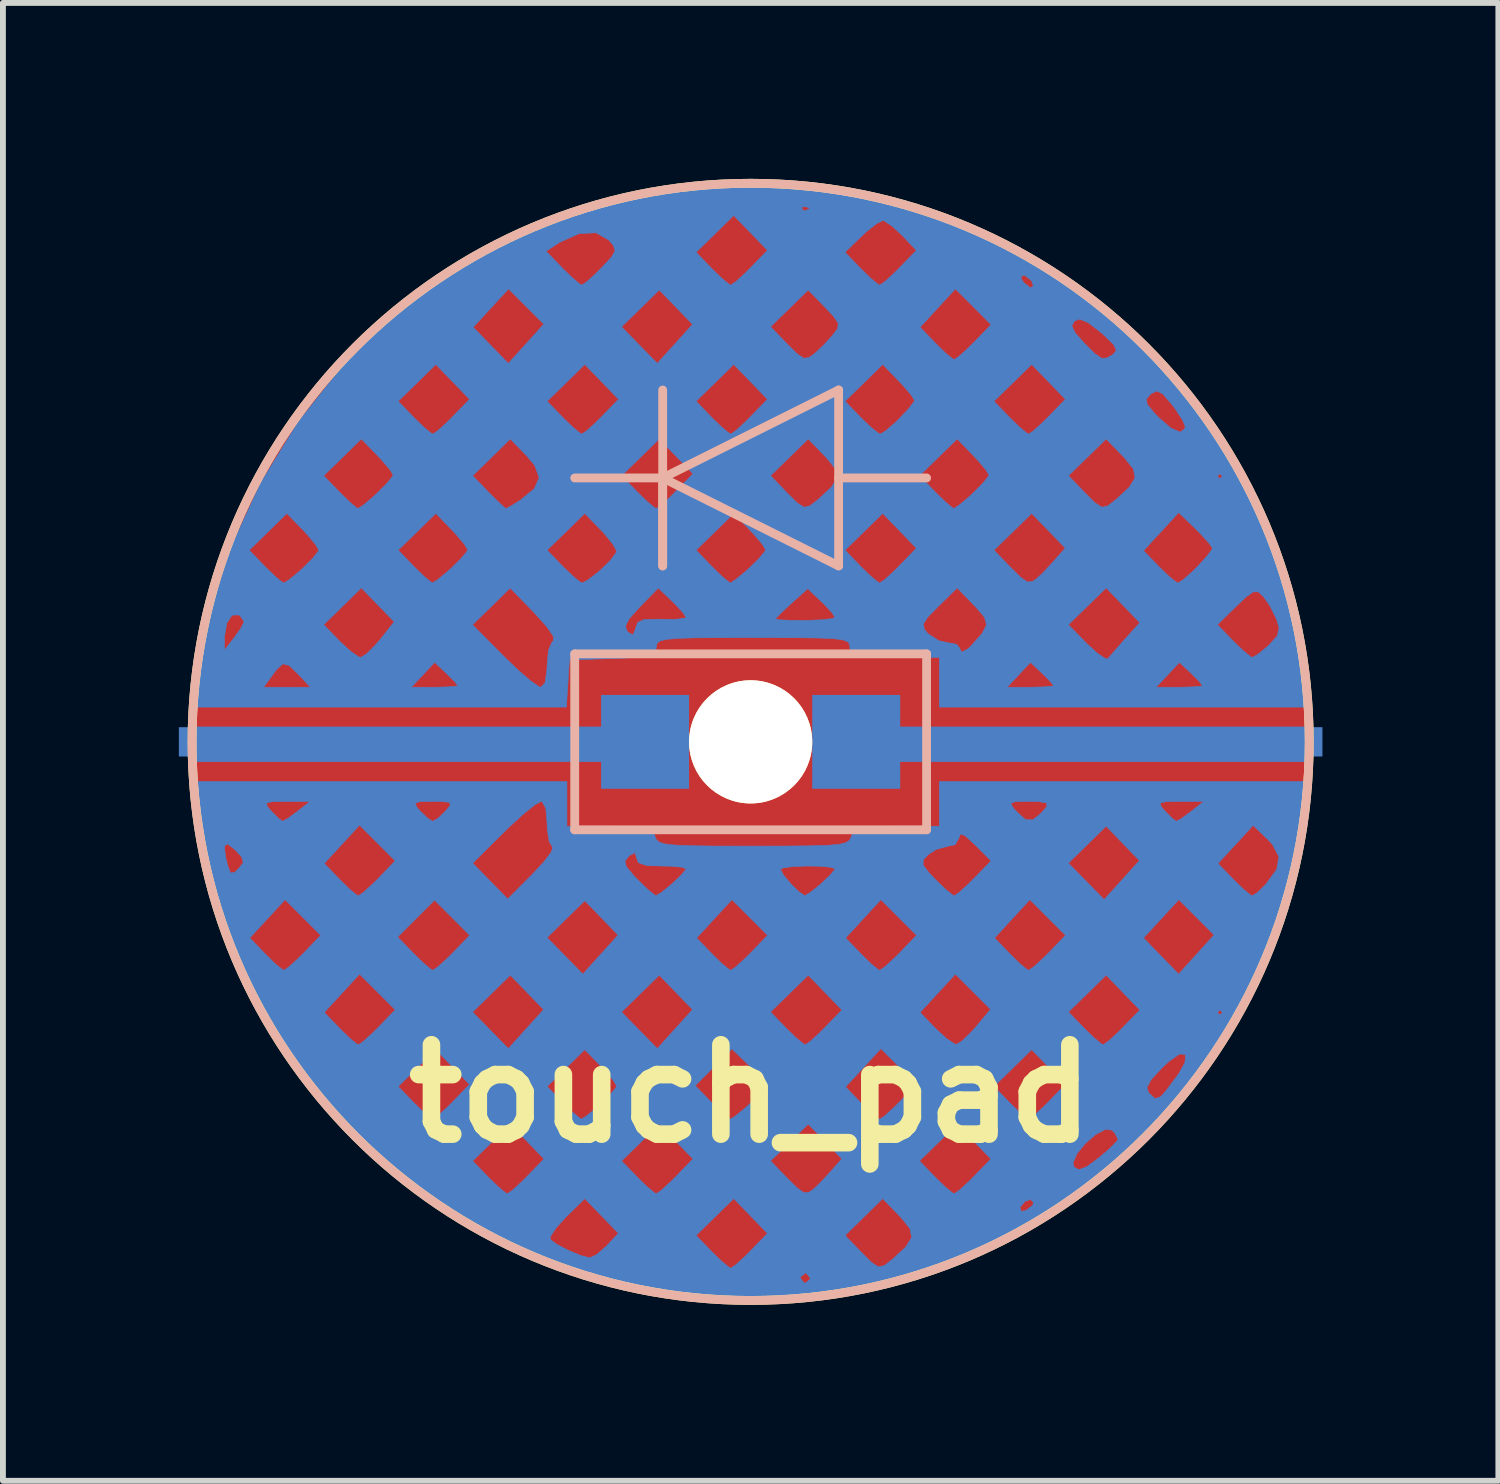
<source format=kicad_pcb>
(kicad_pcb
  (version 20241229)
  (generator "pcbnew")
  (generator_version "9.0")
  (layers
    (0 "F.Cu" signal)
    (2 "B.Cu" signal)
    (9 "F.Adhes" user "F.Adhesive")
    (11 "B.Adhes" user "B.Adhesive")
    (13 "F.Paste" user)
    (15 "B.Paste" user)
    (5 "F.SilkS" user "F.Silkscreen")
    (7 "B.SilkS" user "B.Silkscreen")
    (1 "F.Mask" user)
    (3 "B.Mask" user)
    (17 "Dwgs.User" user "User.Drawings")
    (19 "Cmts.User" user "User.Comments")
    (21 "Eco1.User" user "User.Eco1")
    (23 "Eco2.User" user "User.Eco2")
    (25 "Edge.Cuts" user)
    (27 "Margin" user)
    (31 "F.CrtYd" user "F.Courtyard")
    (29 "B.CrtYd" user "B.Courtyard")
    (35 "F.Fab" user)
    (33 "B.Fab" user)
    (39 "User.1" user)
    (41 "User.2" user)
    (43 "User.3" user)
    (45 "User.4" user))
  (footprint "touch_pad"
    (layer "F.Cu")
    (at 9.75 9.6)
    (property "Reference" "touch_pad" (at 0 6 0) (layer "F.SilkS") (effects (font (size 1.524 1.524) (thickness 0.3))))
    (attr through_hole)
    (fp_poly (pts (xy -2.54 0.339) (xy -9.483 0.339) (xy -9.483 -0.254) (xy -2.54 -0.254) (xy -2.54 0.339)) (stroke (width 0.01) (type solid)) (fill yes) (layer "B.Cu"))
    (fp_poly (pts (xy 9.567 0.339) (xy 2.54 0.339) (xy 2.54 -0.254) (xy 9.567 -0.254) (xy 9.567 0.339)) (stroke (width 0.01) (type solid)) (fill yes) (layer "B.Cu"))
    (fp_poly (pts (xy 9.513 1.079) (xy 9.274 2.333) (xy 8.89 3.515) (xy 8.372 4.616) (xy 7.729 5.628) (xy 6.974 6.544) (xy 6.115 7.354) (xy 5.165 8.051) (xy 4.134 8.625) (xy 3.032 9.07) (xy 1.87 9.376) (xy 0.66 9.535) (xy -0.59 9.539) (xy -1.274 9.474) (xy -2.435 9.24) (xy -2.714 9.144) (xy 0.847 9.144) (xy 0.911 9.226) (xy 0.931 9.229) (xy 1.014 9.164) (xy 1.016 9.144) (xy 0.952 9.062) (xy 0.931 9.059) (xy 0.849 9.124) (xy 0.847 9.144) (xy -2.714 9.144) (xy -3.561 8.851) (xy -4.304 8.483) (xy -3.419 8.483) (xy -3.313 8.564) (xy -3.118 8.666) (xy -2.906 8.756) (xy -2.746 8.798) (xy -2.745 8.798) (xy -2.631 8.747) (xy -2.472 8.611) (xy -2.454 8.593) (xy -2.289 8.416) (xy -0.931 8.416) (xy -0.661 8.695) (xy -0.489 8.862) (xy -0.366 8.962) (xy -0.339 8.975) (xy -0.255 8.919) (xy -0.099 8.777) (xy 0 8.678) (xy 0.254 8.416) (xy 1.609 8.416) (xy 1.879 8.695) (xy 2.063 8.879) (xy 2.18 8.953) (xy 2.28 8.931) (xy 2.416 8.825) (xy 2.417 8.825) (xy 2.647 8.612) (xy 2.745 8.452) (xy 2.717 8.301) (xy 2.569 8.116) (xy 2.536 8.082) (xy 2.402 7.943) (xy 4.591 7.943) (xy 4.618 8.007) (xy 4.692 7.992) (xy 4.808 7.905) (xy 4.826 7.858) (xy 4.776 7.802) (xy 4.675 7.837) (xy 4.594 7.936) (xy 4.591 7.943) (xy 2.402 7.943) (xy 2.252 7.788) (xy 1.609 8.416) (xy 0.254 8.416) (xy 0.287 8.382) (xy -0.288 7.788) (xy -0.931 8.416) (xy -2.289 8.416) (xy -2.255 8.38) (xy -2.541 8.084) (xy -2.828 7.788) (xy -3.146 8.099) (xy -3.317 8.286) (xy -3.412 8.431) (xy -3.419 8.483) (xy -4.304 8.483) (xy -4.634 8.319) (xy -5.638 7.657) (xy -6.24 7.146) (xy -4.741 7.146) (xy -4.471 7.425) (xy -4.299 7.592) (xy -4.176 7.692) (xy -4.149 7.705) (xy -4.065 7.649) (xy -3.909 7.507) (xy -3.81 7.408) (xy -3.556 7.146) (xy -2.201 7.146) (xy -1.931 7.425) (xy -1.759 7.592) (xy -1.636 7.692) (xy -1.609 7.705) (xy -1.525 7.649) (xy -1.369 7.507) (xy -1.27 7.408) (xy -1.016 7.146) (xy 0.339 7.146) (xy 0.609 7.425) (xy 0.794 7.608) (xy 0.907 7.687) (xy 0.993 7.681) (xy 1.058 7.639) (xy 1.168 7.537) (xy 1.326 7.369) (xy 1.349 7.343) (xy 1.523 7.146) (xy 2.879 7.146) (xy 3.149 7.425) (xy 3.321 7.592) (xy 3.444 7.692) (xy 3.471 7.705) (xy 3.555 7.649) (xy 3.711 7.507) (xy 3.81 7.408) (xy 4.034 7.178) (xy 5.497 7.178) (xy 5.514 7.251) (xy 5.598 7.296) (xy 5.729 7.246) (xy 5.935 7.095) (xy 6.125 6.933) (xy 6.244 6.812) (xy 6.265 6.776) (xy 6.213 6.677) (xy 6.163 6.621) (xy 6.047 6.608) (xy 5.881 6.697) (xy 5.706 6.849) (xy 5.564 7.022) (xy 5.497 7.178) (xy 4.034 7.178) (xy 4.097 7.112) (xy 3.522 6.518) (xy 2.879 7.146) (xy 1.523 7.146) (xy 1.555 7.11) (xy 1.269 6.814) (xy 0.982 6.518) (xy 0.339 7.146) (xy -1.016 7.146) (xy -0.983 7.112) (xy -1.558 6.518) (xy -2.201 7.146) (xy -3.556 7.146) (xy -3.523 7.112) (xy -4.098 6.518) (xy -4.741 7.146) (xy -6.24 7.146) (xy -6.556 6.878) (xy -7.372 5.994) (xy -7.456 5.876) (xy -6.011 5.876) (xy -5.741 6.155) (xy -5.569 6.322) (xy -5.446 6.422) (xy -5.419 6.435) (xy -5.335 6.379) (xy -5.179 6.237) (xy -5.08 6.138) (xy -4.826 5.876) (xy -3.471 5.876) (xy -3.201 6.155) (xy -3.03 6.321) (xy -2.91 6.42) (xy -2.883 6.432) (xy -2.798 6.379) (xy -2.637 6.247) (xy -2.561 6.179) (xy -2.394 6.014) (xy -2.296 5.894) (xy -2.286 5.868) (xy -2.29 5.862) (xy -0.945 5.862) (xy -0.668 6.148) (xy -0.495 6.317) (xy -0.372 6.418) (xy -0.343 6.432) (xy -0.258 6.379) (xy -0.097 6.247) (xy -0.021 6.179) (xy 0.147 6.012) (xy 0.244 5.887) (xy 0.245 5.884) (xy 1.619 5.884) (xy 1.885 6.16) (xy 2.054 6.325) (xy 2.175 6.423) (xy 2.201 6.435) (xy 2.285 6.379) (xy 2.441 6.237) (xy 2.542 6.137) (xy 2.794 5.876) (xy 4.149 5.876) (xy 4.419 6.155) (xy 4.591 6.322) (xy 4.714 6.422) (xy 4.741 6.435) (xy 4.825 6.379) (xy 4.981 6.237) (xy 5.08 6.138) (xy 5.317 5.893) (xy 6.758 5.893) (xy 6.786 5.984) (xy 6.896 6.083) (xy 6.994 6.05) (xy 7.084 5.948) (xy 7.298 5.662) (xy 7.405 5.471) (xy 7.416 5.35) (xy 7.406 5.33) (xy 7.312 5.323) (xy 7.13 5.451) (xy 7.02 5.553) (xy 6.829 5.758) (xy 6.758 5.893) (xy 5.317 5.893) (xy 5.367 5.842) (xy 4.792 5.248) (xy 4.149 5.876) (xy 2.794 5.876) (xy 2.83 5.839) (xy 2.221 5.23) (xy 1.92 5.557) (xy 1.619 5.884) (xy 0.245 5.884) (xy 0.254 5.86) (xy 0.198 5.765) (xy 0.056 5.602) (xy -0.032 5.513) (xy -0.319 5.235) (xy -0.632 5.548) (xy -0.945 5.862) (xy -2.29 5.862) (xy -2.34 5.776) (xy -2.477 5.614) (xy -2.557 5.528) (xy -2.828 5.248) (xy -3.471 5.876) (xy -4.826 5.876) (xy -4.793 5.842) (xy -5.368 5.248) (xy -6.011 5.876) (xy -7.456 5.876) (xy -8.068 5.019) (xy -8.284 4.614) (xy -7.271 4.614) (xy -7.005 4.889) (xy -6.836 5.055) (xy -6.715 5.153) (xy -6.689 5.165) (xy -6.605 5.109) (xy -6.449 4.967) (xy -6.348 4.867) (xy -6.096 4.607) (xy -4.742 4.607) (xy -4.437 4.919) (xy -4.132 5.231) (xy -3.831 4.898) (xy -3.568 4.607) (xy -2.202 4.607) (xy -1.897 4.919) (xy -1.592 5.231) (xy -1.291 4.898) (xy -1.027 4.606) (xy 0.339 4.606) (xy 0.609 4.885) (xy 0.781 5.052) (xy 0.904 5.152) (xy 0.931 5.165) (xy 1.015 5.109) (xy 1.171 4.967) (xy 1.27 4.868) (xy 1.516 4.614) (xy 2.889 4.614) (xy 3.155 4.889) (xy 3.333 5.054) (xy 3.474 5.149) (xy 3.509 5.159) (xy 3.613 5.095) (xy 3.771 4.94) (xy 3.845 4.856) (xy 4.053 4.606) (xy 5.419 4.606) (xy 5.689 4.885) (xy 5.861 5.052) (xy 5.984 5.152) (xy 6.011 5.165) (xy 6.095 5.109) (xy 6.251 4.967) (xy 6.35 4.868) (xy 6.596 4.614) (xy 7.959 4.614) (xy 8.001 4.657) (xy 8.043 4.614) (xy 8.001 4.572) (xy 7.959 4.614) (xy 6.596 4.614) (xy 6.637 4.572) (xy 6.062 3.978) (xy 5.419 4.606) (xy 4.053 4.606) (xy 4.091 4.56) (xy 3.491 3.96) (xy 3.19 4.287) (xy 2.889 4.614) (xy 1.516 4.614) (xy 1.557 4.572) (xy 0.982 3.978) (xy 0.339 4.606) (xy -1.027 4.606) (xy -0.99 4.565) (xy -1.558 3.978) (xy -1.88 4.293) (xy -2.202 4.607) (xy -3.568 4.607) (xy -3.53 4.565) (xy -4.098 3.978) (xy -4.42 4.293) (xy -4.742 4.607) (xy -6.096 4.607) (xy -6.06 4.569) (xy -6.669 3.96) (xy -6.97 4.287) (xy -7.271 4.614) (xy -8.284 4.614) (xy -8.63 3.965) (xy -8.72 3.756) (xy -8.873 3.344) (xy -8.541 3.344) (xy -8.275 3.619) (xy -8.106 3.785) (xy -7.985 3.883) (xy -7.959 3.895) (xy -7.875 3.839) (xy -7.719 3.697) (xy -7.618 3.597) (xy -7.357 3.327) (xy -6.02 3.327) (xy -5.745 3.611) (xy -5.572 3.779) (xy -5.448 3.881) (xy -5.419 3.895) (xy -5.335 3.839) (xy -5.179 3.697) (xy -5.078 3.597) (xy -4.826 3.337) (xy -3.472 3.337) (xy -3.167 3.649) (xy -2.862 3.961) (xy -2.561 3.628) (xy -2.305 3.344) (xy -0.921 3.344) (xy -0.655 3.619) (xy -0.486 3.785) (xy -0.365 3.883) (xy -0.339 3.895) (xy -0.255 3.839) (xy -0.099 3.697) (xy 0.002 3.597) (xy 0.246 3.344) (xy 1.619 3.344) (xy 1.885 3.619) (xy 2.054 3.785) (xy 2.175 3.883) (xy 2.201 3.895) (xy 2.285 3.839) (xy 2.441 3.697) (xy 2.542 3.597) (xy 2.786 3.344) (xy 4.159 3.344) (xy 4.425 3.619) (xy 4.594 3.785) (xy 4.715 3.883) (xy 4.741 3.895) (xy 4.825 3.839) (xy 4.981 3.697) (xy 5.082 3.597) (xy 5.326 3.344) (xy 6.699 3.344) (xy 6.998 3.653) (xy 7.298 3.961) (xy 7.601 3.626) (xy 7.903 3.292) (xy 7.301 2.69) (xy 6.699 3.344) (xy 5.326 3.344) (xy 5.37 3.299) (xy 4.761 2.69) (xy 4.46 3.017) (xy 4.159 3.344) (xy 2.786 3.344) (xy 2.83 3.299) (xy 2.221 2.69) (xy 1.92 3.017) (xy 1.619 3.344) (xy 0.246 3.344) (xy 0.29 3.299) (xy -0.319 2.69) (xy -0.62 3.017) (xy -0.921 3.344) (xy -2.305 3.344) (xy -2.26 3.295) (xy -2.828 2.708) (xy -3.15 3.023) (xy -3.472 3.337) (xy -4.826 3.337) (xy -4.79 3.299) (xy -5.09 2.998) (xy -5.39 2.698) (xy -5.705 3.013) (xy -6.02 3.327) (xy -7.357 3.327) (xy -7.33 3.299) (xy -7.939 2.69) (xy -8.24 3.017) (xy -8.541 3.344) (xy -8.873 3.344) (xy -8.903 3.264) (xy -9.082 2.694) (xy -9.24 2.106) (xy -9.313 1.775) (xy -8.974 1.775) (xy -8.955 1.956) (xy -8.92 2.102) (xy -8.868 2.237) (xy -8.795 2.223) (xy -8.733 2.165) (xy -8.664 2.074) (xy -7.271 2.074) (xy -7.005 2.349) (xy -6.836 2.515) (xy -6.715 2.613) (xy -6.689 2.625) (xy -6.605 2.569) (xy -6.449 2.427) (xy -6.348 2.327) (xy -6.098 2.068) (xy -4.74 2.068) (xy -4.442 2.374) (xy -4.143 2.68) (xy -3.716 2.252) (xy -3.52 2.041) (xy -3.513 2.031) (xy -2.144 2.031) (xy -2.12 2.128) (xy -1.99 2.284) (xy -1.934 2.342) (xy -1.763 2.509) (xy -1.641 2.609) (xy -1.613 2.622) (xy -1.525 2.57) (xy -1.367 2.444) (xy -1.333 2.414) (xy -1.181 2.269) (xy -1.105 2.175) (xy 0.508 2.175) (xy 0.561 2.272) (xy 0.684 2.419) (xy 0.822 2.555) (xy 0.919 2.621) (xy 0.925 2.622) (xy 1.015 2.57) (xy 1.173 2.444) (xy 1.206 2.414) (xy 1.359 2.269) (xy 1.437 2.172) (xy 1.439 2.163) (xy 1.363 2.138) (xy 1.165 2.121) (xy 0.974 2.117) (xy 0.719 2.126) (xy 0.549 2.151) (xy 0.508 2.175) (xy -1.105 2.175) (xy -1.103 2.172) (xy -1.101 2.163) (xy -1.177 2.137) (xy -1.372 2.12) (xy -1.524 2.117) (xy -1.785 2.105) (xy -1.799 2.1) (xy 2.941 2.1) (xy 3.037 2.227) (xy 3.147 2.343) (xy 3.32 2.511) (xy 3.443 2.611) (xy 3.471 2.625) (xy 3.555 2.569) (xy 3.711 2.427) (xy 3.811 2.327) (xy 4.064 2.067) (xy 5.418 2.067) (xy 5.723 2.379) (xy 6.028 2.691) (xy 6.329 2.358) (xy 6.585 2.074) (xy 7.969 2.074) (xy 8.235 2.349) (xy 8.405 2.515) (xy 8.527 2.613) (xy 8.553 2.625) (xy 8.642 2.569) (xy 8.781 2.434) (xy 8.97 2.176) (xy 9.008 1.957) (xy 8.895 1.745) (xy 8.814 1.659) (xy 8.568 1.424) (xy 8.269 1.749) (xy 7.969 2.074) (xy 6.585 2.074) (xy 6.63 2.025) (xy 6.062 1.438) (xy 5.74 1.753) (xy 5.418 2.067) (xy 4.064 2.067) (xy 4.1 2.029) (xy 3.828 1.757) (xy 3.659 1.602) (xy 3.576 1.569) (xy 3.556 1.631) (xy 3.487 1.754) (xy 3.372 1.778) (xy 3.165 1.834) (xy 3.031 1.92) (xy 2.943 2.014) (xy 2.941 2.1) (xy -1.799 2.1) (xy -1.914 2.061) (xy -1.947 1.979) (xy -1.968 1.889) (xy -2.058 1.934) (xy -2.078 1.95) (xy -2.144 2.031) (xy -3.513 2.031) (xy -3.399 1.879) (xy -3.375 1.797) (xy -3.38 1.794) (xy -3.435 1.699) (xy -3.468 1.494) (xy -3.471 1.39) (xy -3.493 1.133) (xy -3.556 1.02) (xy -3.575 1.016) (xy -3.678 1.072) (xy -3.866 1.223) (xy -4.104 1.439) (xy -4.209 1.542) (xy -4.74 2.068) (xy -6.098 2.068) (xy -6.06 2.029) (xy -6.669 1.42) (xy -6.97 1.747) (xy -7.271 2.074) (xy -8.664 2.074) (xy -8.652 2.059) (xy -8.681 1.96) (xy -8.787 1.844) (xy -8.919 1.74) (xy -8.974 1.775) (xy -9.313 1.775) (xy -9.361 1.557) (xy -9.428 1.122) (xy -9.437 1.043) (xy -8.256 1.043) (xy -8.241 1.104) (xy -8.17 1.185) (xy -8.045 1.31) (xy -7.98 1.355) (xy -7.895 1.308) (xy -7.739 1.194) (xy -7.728 1.185) (xy -7.552 1.047) (xy -5.723 1.047) (xy -5.689 1.119) (xy -5.63 1.185) (xy -5.497 1.311) (xy -5.419 1.355) (xy -5.324 1.298) (xy -5.207 1.185) (xy -5.121 1.08) (xy -5.135 1.031) (xy -5.276 1.017) (xy -5.419 1.016) (xy -5.642 1.02) (xy -5.723 1.047) (xy -7.552 1.047) (xy -7.512 1.016) (xy -7.918 1.016) (xy -8.158 1.02) (xy -8.256 1.043) (xy -9.437 1.043) (xy -9.475 0.677) (xy -3.133 0.677) (xy -3.133 1.439) (xy -2.405 1.439) (xy -2.05 1.443) (xy -1.829 1.459) (xy -1.707 1.496) (xy -1.65 1.56) (xy -1.633 1.609) (xy -1.61 1.667) (xy -1.561 1.71) (xy -1.462 1.741) (xy -1.291 1.76) (xy -1.026 1.771) (xy -0.643 1.777) (xy -0.119 1.778) (xy 0.042 1.778) (xy 0.606 1.777) (xy 1.024 1.773) (xy 1.317 1.764) (xy 1.51 1.747) (xy 1.626 1.719) (xy 1.685 1.68) (xy 1.713 1.625) (xy 1.718 1.609) (xy 1.755 1.526) (xy 1.838 1.476) (xy 2.001 1.45) (xy 2.28 1.44) (xy 2.49 1.439) (xy 3.217 1.439) (xy 3.217 1.049) (xy 4.435 1.049) (xy 4.476 1.125) (xy 4.53 1.185) (xy 4.687 1.327) (xy 4.813 1.33) (xy 4.947 1.222) (xy 5.053 1.101) (xy 5.046 1.043) (xy 6.984 1.043) (xy 6.999 1.104) (xy 7.07 1.185) (xy 7.195 1.31) (xy 7.26 1.355) (xy 7.345 1.308) (xy 7.501 1.194) (xy 7.512 1.185) (xy 7.728 1.016) (xy 7.322 1.016) (xy 7.082 1.02) (xy 6.984 1.043) (xy 5.046 1.043) (xy 5.045 1.04) (xy 4.903 1.018) (xy 4.728 1.016) (xy 4.51 1.02) (xy 4.435 1.049) (xy 3.217 1.049) (xy 3.217 0.677) (xy 6.391 0.677) (xy 9.564 0.677) (xy 9.513 1.079)) (stroke (width 0.01) (type solid)) (fill yes) (layer "B.Cu"))
    (fp_poly (pts (xy 1.092 -9.415) (xy 1.882 -9.308) (xy 2.391 -9.198) (xy 3.586 -8.804) (xy 4.7 -8.268) (xy 5.724 -7.599) (xy 6.649 -6.81) (xy 7.465 -5.91) (xy 8.163 -4.911) (xy 8.734 -3.824) (xy 9.166 -2.66) (xy 9.453 -1.429) (xy 9.515 -0.995) (xy 9.564 -0.593) (xy 3.217 -0.593) (xy 3.217 -0.931) (xy 4.373 -0.931) (xy 4.769 -0.931) (xy 6.913 -0.931) (xy 7.309 -0.931) (xy 7.541 -0.937) (xy 7.684 -0.95) (xy 7.705 -0.959) (xy 7.65 -1.029) (xy 7.517 -1.163) (xy 7.508 -1.171) (xy 7.312 -1.356) (xy 7.112 -1.143) (xy 6.913 -0.931) (xy 4.769 -0.931) (xy 5.001 -0.937) (xy 5.144 -0.95) (xy 5.165 -0.959) (xy 5.11 -1.029) (xy 4.977 -1.163) (xy 4.968 -1.171) (xy 4.772 -1.356) (xy 4.572 -1.143) (xy 4.373 -0.931) (xy 3.217 -0.931) (xy 3.217 -1.439) (xy 2.455 -1.439) (xy 2.093 -1.442) (xy 1.868 -1.455) (xy 1.748 -1.486) (xy 1.701 -1.542) (xy 1.693 -1.609) (xy 1.687 -1.667) (xy 1.651 -1.71) (xy 1.566 -1.74) (xy 1.408 -1.76) (xy 1.155 -1.771) (xy 0.786 -1.776) (xy 0.278 -1.778) (xy 0.042 -1.778) (xy -0.525 -1.777) (xy -0.945 -1.774) (xy -1.239 -1.765) (xy -1.431 -1.748) (xy -1.542 -1.722) (xy -1.593 -1.684) (xy -1.608 -1.633) (xy -1.609 -1.612) (xy -1.624 -1.531) (xy -1.691 -1.48) (xy -1.843 -1.449) (xy -2.111 -1.43) (xy -2.349 -1.421) (xy -3.09 -1.397) (xy -3.116 -0.995) (xy -3.142 -0.593) (xy -9.475 -0.593) (xy -9.439 -0.931) (xy -8.305 -0.931) (xy -7.506 -0.931) (xy -5.787 -0.931) (xy -5.391 -0.931) (xy -5.159 -0.937) (xy -5.016 -0.95) (xy -4.995 -0.959) (xy -5.05 -1.029) (xy -5.183 -1.163) (xy -5.192 -1.171) (xy -5.388 -1.356) (xy -5.588 -1.143) (xy -5.787 -0.931) (xy -7.506 -0.931) (xy -7.705 -1.143) (xy -7.867 -1.301) (xy -7.974 -1.332) (xy -8.082 -1.235) (xy -8.153 -1.14) (xy -8.305 -0.931) (xy -9.439 -0.931) (xy -9.427 -1.037) (xy -9.295 -1.778) (xy -8.971 -1.778) (xy -8.971 -1.566) (xy -8.805 -1.778) (xy -8.689 -1.943) (xy -8.662 -1.998) (xy -7.281 -1.998) (xy -7.011 -1.719) (xy -6.83 -1.551) (xy -6.688 -1.451) (xy -6.651 -1.439) (xy -6.549 -1.5) (xy -6.394 -1.655) (xy -6.319 -1.743) (xy -6.118 -1.996) (xy -4.743 -1.996) (xy -4.215 -1.464) (xy -3.967 -1.225) (xy -3.755 -1.042) (xy -3.611 -0.942) (xy -3.58 -0.931) (xy -3.503 -1.012) (xy -3.472 -1.253) (xy -3.471 -1.305) (xy -3.448 -1.559) (xy -3.387 -1.704) (xy -3.365 -1.718) (xy -3.361 -1.795) (xy -3.476 -1.965) (xy -3.485 -1.974) (xy -2.135 -1.974) (xy -2.105 -1.884) (xy -2.096 -1.875) (xy -2.008 -1.821) (xy -1.966 -1.918) (xy -1.963 -1.936) (xy -1.934 -2.01) (xy 2.945 -2.01) (xy 2.961 -1.921) (xy 3.02 -1.847) (xy 3.21 -1.724) (xy 3.357 -1.693) (xy 3.51 -1.663) (xy 3.556 -1.609) (xy 3.598 -1.528) (xy 3.712 -1.59) (xy 3.753 -1.63) (xy 3.945 -1.846) (xy 4.022 -1.992) (xy 4.021 -1.997) (xy 5.418 -1.997) (xy 5.732 -1.676) (xy 5.914 -1.509) (xy 6.048 -1.42) (xy 6.093 -1.418) (xy 6.175 -1.516) (xy 6.324 -1.686) (xy 6.388 -1.757) (xy 6.605 -1.998) (xy 7.959 -1.998) (xy 8.229 -1.719) (xy 8.402 -1.552) (xy 8.527 -1.452) (xy 8.556 -1.439) (xy 8.649 -1.492) (xy 8.806 -1.62) (xy 8.835 -1.647) (xy 8.98 -1.806) (xy 9.011 -1.944) (xy 8.968 -2.091) (xy 8.854 -2.321) (xy 8.742 -2.479) (xy 8.655 -2.558) (xy 8.569 -2.558) (xy 8.441 -2.465) (xy 8.282 -2.313) (xy 7.959 -1.998) (xy 6.605 -1.998) (xy 6.636 -2.033) (xy 6.349 -2.329) (xy 6.062 -2.626) (xy 5.74 -2.311) (xy 5.418 -1.997) (xy 4.021 -1.997) (xy 3.989 -2.123) (xy 3.848 -2.289) (xy 3.806 -2.332) (xy 3.522 -2.626) (xy 3.202 -2.313) (xy 3.019 -2.127) (xy 2.945 -2.01) (xy -1.934 -2.01) (xy -1.924 -2.038) (xy -1.816 -2.085) (xy -1.597 -2.092) (xy -1.519 -2.09) (xy -1.279 -2.09) (xy -1.244 -2.093) (xy 0.423 -2.093) (xy 0.5 -2.08) (xy 0.7 -2.072) (xy 0.931 -2.071) (xy 1.199 -2.08) (xy 1.383 -2.1) (xy 1.439 -2.122) (xy 1.384 -2.206) (xy 1.247 -2.353) (xy 1.206 -2.391) (xy 0.974 -2.613) (xy 0.699 -2.366) (xy 0.532 -2.211) (xy 0.434 -2.11) (xy 0.423 -2.093) (xy -1.244 -2.093) (xy -1.128 -2.106) (xy -1.101 -2.122) (xy -1.156 -2.206) (xy -1.293 -2.353) (xy -1.338 -2.397) (xy -1.575 -2.624) (xy -1.888 -2.303) (xy -2.069 -2.102) (xy -2.135 -1.974) (xy -3.485 -1.974) (xy -3.68 -2.191) (xy -4.1 -2.624) (xy -4.421 -2.31) (xy -4.743 -1.996) (xy -6.118 -1.996) (xy -6.077 -2.047) (xy -6.638 -2.626) (xy -7.281 -1.998) (xy -8.662 -1.998) (xy -8.638 -2.047) (xy -8.638 -2.048) (xy -8.697 -2.14) (xy -8.73 -2.165) (xy -8.844 -2.16) (xy -8.933 -2.025) (xy -8.971 -1.799) (xy -8.971 -1.778) (xy -9.295 -1.778) (xy -9.221 -2.19) (xy -8.878 -3.268) (xy -8.551 -3.268) (xy -8.281 -2.989) (xy -8.11 -2.822) (xy -7.988 -2.722) (xy -7.961 -2.709) (xy -7.874 -2.761) (xy -7.713 -2.892) (xy -7.639 -2.959) (xy -7.472 -3.124) (xy -7.376 -3.246) (xy -7.368 -3.268) (xy -6.011 -3.268) (xy -5.741 -2.989) (xy -5.57 -2.823) (xy -5.45 -2.724) (xy -5.423 -2.712) (xy -5.338 -2.765) (xy -5.177 -2.897) (xy -5.101 -2.965) (xy -4.934 -3.13) (xy -4.836 -3.25) (xy -4.829 -3.268) (xy -3.471 -3.268) (xy -3.201 -2.989) (xy -3.027 -2.822) (xy -2.901 -2.722) (xy -2.871 -2.709) (xy -2.775 -2.76) (xy -2.609 -2.888) (xy -2.549 -2.94) (xy -2.384 -3.103) (xy -2.293 -3.229) (xy -2.286 -3.253) (xy -2.293 -3.268) (xy -0.931 -3.268) (xy -0.661 -2.989) (xy -0.49 -2.823) (xy -0.37 -2.724) (xy -0.343 -2.712) (xy -0.258 -2.765) (xy -0.097 -2.897) (xy -0.021 -2.965) (xy 0.146 -3.13) (xy 0.244 -3.25) (xy 0.251 -3.268) (xy 1.609 -3.268) (xy 1.879 -2.989) (xy 2.051 -2.822) (xy 2.174 -2.722) (xy 2.201 -2.709) (xy 2.285 -2.765) (xy 2.441 -2.907) (xy 2.54 -3.006) (xy 2.794 -3.268) (xy 4.149 -3.268) (xy 4.419 -2.989) (xy 4.604 -2.806) (xy 4.717 -2.727) (xy 4.803 -2.733) (xy 4.868 -2.775) (xy 4.978 -2.877) (xy 5.136 -3.045) (xy 5.159 -3.071) (xy 5.326 -3.26) (xy 6.699 -3.26) (xy 6.965 -2.985) (xy 7.136 -2.819) (xy 7.26 -2.721) (xy 7.288 -2.709) (xy 7.377 -2.765) (xy 7.534 -2.904) (xy 7.61 -2.979) (xy 7.77 -3.153) (xy 7.863 -3.276) (xy 7.874 -3.301) (xy 7.818 -3.386) (xy 7.677 -3.541) (xy 7.586 -3.632) (xy 7.299 -3.911) (xy 6.999 -3.585) (xy 6.699 -3.26) (xy 5.326 -3.26) (xy 5.365 -3.304) (xy 5.079 -3.6) (xy 4.792 -3.896) (xy 4.149 -3.268) (xy 2.794 -3.268) (xy 2.827 -3.302) (xy 2.252 -3.896) (xy 1.609 -3.268) (xy 0.251 -3.268) (xy 0.254 -3.276) (xy 0.2 -3.368) (xy 0.063 -3.53) (xy -0.017 -3.616) (xy -0.288 -3.896) (xy -0.931 -3.268) (xy -2.293 -3.268) (xy -2.341 -3.359) (xy -2.478 -3.531) (xy -2.557 -3.616) (xy -2.828 -3.896) (xy -3.471 -3.268) (xy -4.829 -3.268) (xy -4.826 -3.276) (xy -4.88 -3.368) (xy -5.017 -3.53) (xy -5.097 -3.616) (xy -5.368 -3.896) (xy -6.011 -3.268) (xy -7.368 -3.268) (xy -7.366 -3.272) (xy -7.42 -3.366) (xy -7.557 -3.53) (xy -7.637 -3.616) (xy -7.908 -3.896) (xy -8.551 -3.268) (xy -8.878 -3.268) (xy -8.859 -3.325) (xy -8.353 -4.419) (xy -8.28 -4.538) (xy -7.281 -4.538) (xy -7.011 -4.259) (xy -6.84 -4.092) (xy -6.72 -3.992) (xy -6.693 -3.98) (xy -6.609 -4.033) (xy -6.45 -4.166) (xy -6.371 -4.238) (xy -6.205 -4.405) (xy -6.107 -4.526) (xy -6.102 -4.538) (xy -4.741 -4.538) (xy -4.471 -4.259) (xy -4.304 -4.093) (xy -4.193 -3.993) (xy -4.171 -3.979) (xy -4.088 -4.021) (xy -3.931 -4.118) (xy -3.688 -4.317) (xy -3.606 -4.507) (xy -3.618 -4.538) (xy -2.201 -4.538) (xy -1.931 -4.259) (xy -1.759 -4.092) (xy -1.636 -3.992) (xy -1.609 -3.979) (xy -1.525 -4.035) (xy -1.369 -4.177) (xy -1.27 -4.276) (xy -1.016 -4.538) (xy 0.339 -4.538) (xy 0.609 -4.259) (xy 0.793 -4.075) (xy 0.91 -4.001) (xy 1.01 -4.023) (xy 1.146 -4.129) (xy 1.147 -4.129) (xy 1.377 -4.342) (xy 1.475 -4.502) (xy 1.468 -4.538) (xy 2.879 -4.538) (xy 3.149 -4.259) (xy 3.32 -4.092) (xy 3.44 -3.992) (xy 3.467 -3.98) (xy 3.551 -4.033) (xy 3.71 -4.166) (xy 3.789 -4.238) (xy 3.955 -4.405) (xy 4.053 -4.526) (xy 4.058 -4.538) (xy 5.419 -4.538) (xy 5.689 -4.259) (xy 5.873 -4.075) (xy 5.99 -4.001) (xy 6.09 -4.023) (xy 6.226 -4.129) (xy 6.227 -4.129) (xy 6.457 -4.342) (xy 6.555 -4.502) (xy 6.55 -4.53) (xy 7.959 -4.53) (xy 8.001 -4.487) (xy 8.043 -4.53) (xy 8.001 -4.572) (xy 7.959 -4.53) (xy 6.55 -4.53) (xy 6.527 -4.653) (xy 6.379 -4.838) (xy 6.346 -4.872) (xy 6.062 -5.166) (xy 5.419 -4.538) (xy 4.058 -4.538) (xy 4.064 -4.551) (xy 4.01 -4.64) (xy 3.874 -4.8) (xy 3.793 -4.886) (xy 3.522 -5.166) (xy 2.879 -4.538) (xy 1.468 -4.538) (xy 1.447 -4.653) (xy 1.299 -4.838) (xy 1.266 -4.872) (xy 0.982 -5.166) (xy 0.339 -4.538) (xy -1.016 -4.538) (xy -0.983 -4.572) (xy -1.558 -5.166) (xy -2.201 -4.538) (xy -3.618 -4.538) (xy -3.682 -4.714) (xy -3.819 -4.878) (xy -4.098 -5.166) (xy -4.741 -4.538) (xy -6.102 -4.538) (xy -6.096 -4.551) (xy -6.15 -4.64) (xy -6.286 -4.8) (xy -6.367 -4.886) (xy -6.638 -5.166) (xy -7.281 -4.538) (xy -8.28 -4.538) (xy -7.717 -5.452) (xy -7.435 -5.808) (xy -6.011 -5.808) (xy -5.741 -5.529) (xy -5.569 -5.362) (xy -5.446 -5.262) (xy -5.419 -5.249) (xy -5.335 -5.305) (xy -5.179 -5.447) (xy -5.08 -5.546) (xy -4.826 -5.808) (xy -3.471 -5.808) (xy -3.201 -5.529) (xy -3.029 -5.362) (xy -2.906 -5.262) (xy -2.879 -5.249) (xy -2.795 -5.305) (xy -2.639 -5.447) (xy -2.54 -5.546) (xy -2.286 -5.808) (xy -0.931 -5.808) (xy -0.661 -5.529) (xy -0.489 -5.362) (xy -0.366 -5.262) (xy -0.339 -5.249) (xy -0.255 -5.305) (xy -0.099 -5.447) (xy 0 -5.546) (xy 0.254 -5.808) (xy 1.609 -5.808) (xy 1.879 -5.529) (xy 2.053 -5.362) (xy 2.181 -5.262) (xy 2.211 -5.249) (xy 2.304 -5.304) (xy 2.463 -5.442) (xy 2.533 -5.51) (xy 2.693 -5.68) (xy 2.785 -5.8) (xy 2.788 -5.808) (xy 4.149 -5.808) (xy 4.419 -5.529) (xy 4.591 -5.362) (xy 4.714 -5.262) (xy 4.741 -5.249) (xy 4.825 -5.305) (xy 4.981 -5.447) (xy 5.08 -5.546) (xy 5.367 -5.842) (xy 5.362 -5.847) (xy 6.747 -5.847) (xy 6.763 -5.755) (xy 6.883 -5.608) (xy 6.957 -5.531) (xy 7.168 -5.348) (xy 7.324 -5.281) (xy 7.403 -5.338) (xy 7.408 -5.385) (xy 7.36 -5.496) (xy 7.239 -5.679) (xy 7.182 -5.754) (xy 7.031 -5.929) (xy 6.929 -5.984) (xy 6.831 -5.939) (xy 6.819 -5.929) (xy 6.747 -5.847) (xy 5.362 -5.847) (xy 4.792 -6.436) (xy 4.149 -5.808) (xy 2.788 -5.808) (xy 2.794 -5.823) (xy 2.74 -5.911) (xy 2.604 -6.07) (xy 2.523 -6.156) (xy 2.252 -6.436) (xy 1.609 -5.808) (xy 0.254 -5.808) (xy 0.287 -5.842) (xy -0.288 -6.436) (xy -0.931 -5.808) (xy -2.286 -5.808) (xy -2.253 -5.842) (xy -2.828 -6.436) (xy -3.471 -5.808) (xy -4.826 -5.808) (xy -4.793 -5.842) (xy -5.368 -6.436) (xy -6.011 -5.808) (xy -7.435 -5.808) (xy -6.963 -6.402) (xy -6.284 -7.07) (xy -4.731 -7.07) (xy -4.432 -6.761) (xy -4.132 -6.453) (xy -3.829 -6.788) (xy -3.568 -7.077) (xy -2.202 -7.077) (xy -1.897 -6.765) (xy -1.592 -6.453) (xy -1.291 -6.786) (xy -1.027 -7.078) (xy 0.339 -7.078) (xy 0.609 -6.799) (xy 0.793 -6.616) (xy 0.908 -6.54) (xy 1 -6.555) (xy 1.101 -6.629) (xy 1.251 -6.772) (xy 1.391 -6.925) (xy 1.483 -7.044) (xy 1.486 -7.07) (xy 2.889 -7.07) (xy 3.155 -6.795) (xy 3.324 -6.629) (xy 3.445 -6.531) (xy 3.471 -6.519) (xy 3.555 -6.575) (xy 3.711 -6.717) (xy 3.812 -6.817) (xy 4.081 -7.095) (xy 5.477 -7.095) (xy 5.532 -6.976) (xy 5.686 -6.802) (xy 5.87 -6.619) (xy 5.985 -6.54) (xy 6.078 -6.546) (xy 6.181 -6.607) (xy 6.235 -6.676) (xy 6.192 -6.772) (xy 6.034 -6.927) (xy 5.971 -6.982) (xy 5.751 -7.152) (xy 5.608 -7.208) (xy 5.523 -7.178) (xy 5.477 -7.095) (xy 4.081 -7.095) (xy 4.1 -7.115) (xy 3.491 -7.724) (xy 3.19 -7.397) (xy 2.889 -7.07) (xy 1.486 -7.07) (xy 1.495 -7.138) (xy 1.412 -7.258) (xy 1.268 -7.411) (xy 0.982 -7.706) (xy 0.339 -7.078) (xy -1.027 -7.078) (xy -0.99 -7.119) (xy -1.558 -7.706) (xy -1.88 -7.391) (xy -2.202 -7.077) (xy -3.568 -7.077) (xy -3.527 -7.122) (xy -4.129 -7.724) (xy -4.731 -7.07) (xy -6.284 -7.07) (xy -6.104 -7.247) (xy -5.317 -7.857) (xy -4.483 -8.353) (xy -4.455 -8.366) (xy -3.489 -8.366) (xy -3.21 -8.078) (xy -3.035 -7.908) (xy -2.91 -7.804) (xy -2.879 -7.789) (xy -2.795 -7.845) (xy -2.639 -7.987) (xy -2.542 -8.084) (xy -2.374 -8.264) (xy -2.326 -8.348) (xy -0.931 -8.348) (xy -0.661 -8.069) (xy -0.489 -7.902) (xy -0.366 -7.802) (xy -0.339 -7.789) (xy -0.255 -7.845) (xy -0.099 -7.987) (xy 0 -8.086) (xy 0.255 -8.348) (xy 1.608 -8.348) (xy 1.879 -8.069) (xy 2.051 -7.902) (xy 2.174 -7.802) (xy 2.201 -7.789) (xy 2.285 -7.845) (xy 2.357 -7.91) (xy 4.607 -7.91) (xy 4.658 -7.83) (xy 4.769 -7.743) (xy 4.822 -7.77) (xy 4.787 -7.868) (xy 4.672 -7.954) (xy 4.641 -7.959) (xy 4.607 -7.91) (xy 2.357 -7.91) (xy 2.441 -7.987) (xy 2.54 -8.085) (xy 2.826 -8.381) (xy 2.583 -8.636) (xy 2.411 -8.795) (xy 2.279 -8.883) (xy 2.253 -8.89) (xy 2.145 -8.835) (xy 1.972 -8.698) (xy 1.888 -8.619) (xy 1.608 -8.348) (xy 0.255 -8.348) (xy 0.287 -8.382) (xy -0.288 -8.976) (xy -0.931 -8.348) (xy -2.326 -8.348) (xy -2.312 -8.374) (xy -2.341 -8.465) (xy -2.417 -8.556) (xy -2.637 -8.681) (xy -2.926 -8.667) (xy -3.261 -8.516) (xy -3.285 -8.5) (xy -3.489 -8.366) (xy -4.455 -8.366) (xy -3.538 -8.783) (xy -2.563 -9.116) (xy 0.875 -9.116) (xy 0.887 -9.065) (xy 0.931 -9.059) (xy 1.001 -9.09) (xy 0.988 -9.116) (xy 0.887 -9.126) (xy 0.875 -9.116) (xy -2.563 -9.116) (xy -2.533 -9.126) (xy -1.52 -9.363) (xy -1.27 -9.403) (xy -0.551 -9.467) (xy 0.259 -9.47) (xy 1.092 -9.415)) (stroke (width 0.01) (type solid)) (fill yes) (layer "B.Cu"))
    (fp_circle (center 0 0) (end 9.525 0) (stroke (width 0.15) (type solid)) (fill no) (layer "F.SilkS"))
    (fp_line (start -3 -1.5) (end 3 -1.5) (stroke (width 0.15) (type solid)) (layer "B.SilkS"))
    (fp_line (start -3 1.5) (end -3 -1.5) (stroke (width 0.15) (type solid)) (layer "B.SilkS"))
    (fp_line (start -1.5 -6) (end -1.5 -3) (stroke (width 0.15) (type solid)) (layer "B.SilkS"))
    (fp_line (start -1.5 -4.5) (end -3 -4.5) (stroke (width 0.15) (type solid)) (layer "B.SilkS"))
    (fp_line (start -1.5 -4.5) (end 1.5 -6) (stroke (width 0.15) (type solid)) (layer "B.SilkS"))
    (fp_line (start -1.5 -3) (end -1.5 -4.5) (stroke (width 0.15) (type solid)) (layer "B.SilkS"))
    (fp_line (start 1.5 -6) (end 1.5 -3) (stroke (width 0.15) (type solid)) (layer "B.SilkS"))
    (fp_line (start 1.5 -4.5) (end 3 -4.5) (stroke (width 0.15) (type solid)) (layer "B.SilkS"))
    (fp_line (start 1.5 -3) (end -1.5 -4.5) (stroke (width 0.15) (type solid)) (layer "B.SilkS"))
    (fp_line (start 3 -1.5) (end 3 1.5) (stroke (width 0.15) (type solid)) (layer "B.SilkS"))
    (fp_line (start 3 1.5) (end -3 1.5) (stroke (width 0.15) (type solid)) (layer "B.SilkS"))
    (fp_circle (center 0 0) (end 9.525 0) (stroke (width 0.15) (type solid)) (fill no) (layer "B.SilkS"))
    (pad "" np_thru_hole circle (at 0 0) (size 2.1 2.1) (drill 2.1) (layers "*.Cu" "*.Mask" "F.SilkS"))
    (pad "1" smd rect (at 1.8 0) (size 1.5 1.6) (layers "B.Cu" "B.Mask" "B.Paste"))
    (pad "1" smd rect (at 6.25 0) (size 7 0.5) (layers "B.Cu"))
    (pad "2" smd rect (at -6.25 0) (size 7 0.5) (layers "B.Cu"))
    (pad "2" smd rect (at -1.8 0) (size 1.5 1.6) (layers "B.Cu" "B.Mask" "B.Paste"))
    (pad "3" smd circle (at 0 0) (size 19.05 19.05) (layers "F.Cu"))
    (pad "GND" smd circle (at -9.144 -0.889) (size 0.5 0.5) (layers "B.Cu"))
    (pad "GND" smd circle (at -9.144 1.016) (size 0.5 0.5) (layers "B.Cu"))
    (pad "GND" smd circle (at -8.255 4.064) (size 0.5 0.5) (layers "B.Cu"))
    (pad "GND" smd circle (at -8.128 -4.191) (size 0.5 0.5) (layers "B.Cu"))
    (pad "GND" smd circle (at -6.604 -6.35) (size 0.5 0.5) (layers "B.Cu"))
    (pad "GND" smd circle (at -6.477 6.477) (size 0.5 0.5) (layers "B.Cu"))
    (pad "GND" smd circle (at -4.318 -8.128) (size 0.5 0.5) (layers "B.Cu"))
    (pad "GND" smd circle (at -4.064 8.255) (size 0.5 0.5) (layers "B.Cu"))
    (pad "GND" smd circle (at 0 -9.144) (size 0.5 0.5) (layers "B.Cu"))
    (pad "GND" smd circle (at 0 9.271) (size 0.5 0.5) (layers "B.Cu"))
    (pad "GND" smd circle (at 4.191 -8.128) (size 0.5 0.5) (layers "B.Cu"))
    (pad "GND" smd circle (at 4.191 8.255) (size 0.5 0.5) (layers "B.Cu"))
    (pad "GND" smd circle (at 6.604 -6.35) (size 0.5 0.5) (layers "B.Cu"))
    (pad "GND" smd circle (at 6.604 6.477) (size 0.5 0.5) (layers "B.Cu"))
    (pad "GND" smd circle (at 8.255 -4.191) (size 0.5 0.5) (layers "B.Cu"))
    (pad "GND" smd circle (at 8.255 4.064) (size 0.5 0.5) (layers "B.Cu"))
    (pad "GND" smd circle (at 9.271 -0.889) (size 0.5 0.5) (layers "B.Cu"))
    (pad "GND" smd circle (at 9.271 1.016) (size 0.5 0.5) (layers "B.Cu")))
  (gr_rect
    (start -3 -3)
    (end 22.5 22.2)
    (stroke (width 0.1) (type default))
    (fill no)
    (layer "Edge.Cuts")))
</source>
